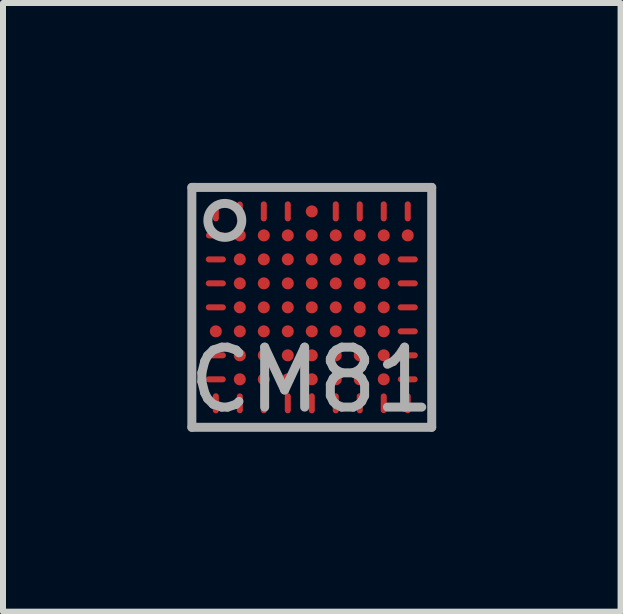
<source format=kicad_pcb>
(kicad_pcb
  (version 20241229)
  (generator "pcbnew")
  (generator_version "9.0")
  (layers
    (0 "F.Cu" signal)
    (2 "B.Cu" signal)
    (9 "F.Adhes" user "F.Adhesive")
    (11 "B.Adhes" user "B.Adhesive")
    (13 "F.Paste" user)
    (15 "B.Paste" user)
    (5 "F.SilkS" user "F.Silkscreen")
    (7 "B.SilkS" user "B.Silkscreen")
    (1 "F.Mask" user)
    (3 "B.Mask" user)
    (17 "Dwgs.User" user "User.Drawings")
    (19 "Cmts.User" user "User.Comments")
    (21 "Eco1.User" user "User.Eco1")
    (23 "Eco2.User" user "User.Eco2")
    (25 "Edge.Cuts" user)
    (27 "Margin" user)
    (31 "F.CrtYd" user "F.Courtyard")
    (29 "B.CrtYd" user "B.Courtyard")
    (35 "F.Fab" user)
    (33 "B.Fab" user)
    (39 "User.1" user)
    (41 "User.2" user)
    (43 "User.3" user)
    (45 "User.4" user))
  (footprint "CM81"
    (layer "F.Cu")
    (at 2.149 2.075)
    (property "Reference" "CM81" (at 0 1.209 0) (layer "F.Fab") (effects (font (size 1 1) (thickness 0.15))))
    (attr smd)
    (fp_line (start -2 -2) (end -1.95 -2) (stroke (width 0.15) (type solid)) (layer "F.Fab"))
    (fp_line (start -2 2) (end -2 -2) (stroke (width 0.15) (type solid)) (layer "F.Fab"))
    (fp_line (start -1.975 -2) (end 2 -2) (stroke (width 0.15) (type solid)) (layer "F.Fab"))
    (fp_line (start 2 -2) (end 2 2) (stroke (width 0.15) (type solid)) (layer "F.Fab"))
    (fp_line (start 2 2) (end -2 2) (stroke (width 0.15) (type solid)) (layer "F.Fab"))
    (fp_circle (center -1.45 -1.45) (end -1.25 -1.25) (stroke (width 0.15) (type solid)) (fill no) (layer "F.Fab"))
    (pad "A1" smd oval (at -1.6 -1.6) (size 0.1 0.335) (layers "F.Cu" "F.Mask" "F.Paste"))
    (pad "A2" smd oval (at -1.2 -1.6) (size 0.1 0.33) (layers "F.Cu" "F.Mask" "F.Paste"))
    (pad "A3" smd oval (at -0.8 -1.6) (size 0.1 0.335) (layers "F.Cu" "F.Mask" "F.Paste"))
    (pad "A4" smd oval (at -0.4 -1.6) (size 0.1 0.335) (layers "F.Cu" "F.Mask" "F.Paste"))
    (pad "A5" smd circle (at 0 -1.6) (size 0.2 0.2) (layers "F.Cu" "F.Mask" "F.Paste"))
    (pad "A6" smd oval (at 0.4 -1.6) (size 0.1 0.335) (layers "F.Cu" "F.Mask" "F.Paste"))
    (pad "A7" smd oval (at 0.8 -1.6) (size 0.1 0.335) (layers "F.Cu" "F.Mask" "F.Paste"))
    (pad "A8" smd oval (at 1.2 -1.6) (size 0.1 0.335) (layers "F.Cu" "F.Mask" "F.Paste"))
    (pad "A9" smd oval (at 1.6 -1.6) (size 0.1 0.335) (layers "F.Cu" "F.Mask" "F.Paste"))
    (pad "B1" smd oval (at -1.6 -1.2) (size 0.33 0.1) (layers "F.Cu" "F.Mask" "F.Paste"))
    (pad "B2" smd circle (at -1.2 -1.2) (size 0.2 0.2) (layers "F.Cu" "F.Mask" "F.Paste"))
    (pad "B3" smd circle (at -0.8 -1.2) (size 0.2 0.2) (layers "F.Cu" "F.Mask" "F.Paste"))
    (pad "B4" smd circle (at -0.4 -1.2) (size 0.2 0.2) (layers "F.Cu" "F.Mask" "F.Paste"))
    (pad "B5" smd circle (at 0 -1.2) (size 0.2 0.2) (layers "F.Cu" "F.Mask" "F.Paste"))
    (pad "B6" smd circle (at 0.4 -1.2) (size 0.2 0.2) (layers "F.Cu" "F.Mask" "F.Paste"))
    (pad "B7" smd circle (at 0.8 -1.2) (size 0.2 0.2) (layers "F.Cu" "F.Mask" "F.Paste"))
    (pad "B8" smd circle (at 1.2 -1.2) (size 0.2 0.2) (layers "F.Cu" "F.Mask" "F.Paste"))
    (pad "B9" smd circle (at 1.6 -1.2) (size 0.2 0.2) (layers "F.Cu" "F.Mask" "F.Paste"))
    (pad "C1" smd oval (at -1.6 -0.8) (size 0.335 0.1) (layers "F.Cu" "F.Mask" "F.Paste"))
    (pad "C2" smd circle (at -1.2 -0.8) (size 0.2 0.2) (layers "F.Cu" "F.Mask" "F.Paste"))
    (pad "C3" smd circle (at -0.8 -0.8) (size 0.2 0.2) (layers "F.Cu" "F.Mask" "F.Paste"))
    (pad "C4" smd circle (at -0.4 -0.8) (size 0.2 0.2) (layers "F.Cu" "F.Mask" "F.Paste"))
    (pad "C5" smd circle (at 0 -0.8) (size 0.2 0.2) (layers "F.Cu" "F.Mask" "F.Paste"))
    (pad "C6" smd circle (at 0.4 -0.8) (size 0.2 0.2) (layers "F.Cu" "F.Mask" "F.Paste"))
    (pad "C7" smd circle (at 0.8 -0.8) (size 0.2 0.2) (layers "F.Cu" "F.Mask" "F.Paste"))
    (pad "C8" smd circle (at 1.2 -0.8) (size 0.2 0.2) (layers "F.Cu" "F.Mask" "F.Paste"))
    (pad "C9" smd oval (at 1.6 -0.8) (size 0.335 0.1) (layers "F.Cu" "F.Mask" "F.Paste"))
    (pad "D1" smd oval (at -1.6 -0.4) (size 0.335 0.1) (layers "F.Cu" "F.Mask" "F.Paste"))
    (pad "D2" smd circle (at -1.2 -0.4) (size 0.2 0.2) (layers "F.Cu" "F.Mask" "F.Paste"))
    (pad "D3" smd circle (at -0.8 -0.4) (size 0.2 0.2) (layers "F.Cu" "F.Mask" "F.Paste"))
    (pad "D4" smd circle (at -0.4 -0.4) (size 0.2 0.2) (layers "F.Cu" "F.Mask" "F.Paste"))
    (pad "D5" smd circle (at 0 -0.4) (size 0.2 0.2) (layers "F.Cu" "F.Mask" "F.Paste"))
    (pad "D6" smd circle (at 0.4 -0.4) (size 0.2 0.2) (layers "F.Cu" "F.Mask" "F.Paste"))
    (pad "D7" smd circle (at 0.8 -0.4) (size 0.2 0.2) (layers "F.Cu" "F.Mask" "F.Paste"))
    (pad "D8" smd circle (at 1.2 -0.4) (size 0.2 0.2) (layers "F.Cu" "F.Mask" "F.Paste"))
    (pad "D9" smd oval (at 1.6 -0.4) (size 0.335 0.1) (layers "F.Cu" "F.Mask" "F.Paste"))
    (pad "E1" smd oval (at -1.6 0) (size 0.335 0.1) (layers "F.Cu" "F.Mask" "F.Paste"))
    (pad "E2" smd circle (at -1.2 0) (size 0.2 0.2) (layers "F.Cu" "F.Mask" "F.Paste"))
    (pad "E3" smd circle (at -0.8 0) (size 0.2 0.2) (layers "F.Cu" "F.Mask" "F.Paste"))
    (pad "E4" smd circle (at -0.4 0) (size 0.2 0.2) (layers "F.Cu" "F.Mask" "F.Paste"))
    (pad "E5" smd circle (at 0 0) (size 0.2 0.2) (layers "F.Cu" "F.Mask" "F.Paste"))
    (pad "E6" smd circle (at 0.4 0) (size 0.2 0.2) (layers "F.Cu" "F.Mask" "F.Paste"))
    (pad "E7" smd circle (at 0.8 0) (size 0.2 0.2) (layers "F.Cu" "F.Mask" "F.Paste"))
    (pad "E8" smd circle (at 1.2 0) (size 0.2 0.2) (layers "F.Cu" "F.Mask" "F.Paste"))
    (pad "E9" smd oval (at 1.6 0) (size 0.335 0.1) (layers "F.Cu" "F.Mask" "F.Paste"))
    (pad "F1" smd circle (at -1.6 0.4) (size 0.2 0.2) (layers "F.Cu" "F.Mask" "F.Paste"))
    (pad "F2" smd circle (at -1.2 0.4) (size 0.2 0.2) (layers "F.Cu" "F.Mask" "F.Paste"))
    (pad "F3" smd circle (at -0.8 0.4) (size 0.2 0.2) (layers "F.Cu" "F.Mask" "F.Paste"))
    (pad "F4" smd circle (at -0.4 0.4) (size 0.2 0.2) (layers "F.Cu" "F.Mask" "F.Paste"))
    (pad "F5" smd circle (at 0 0.4) (size 0.2 0.2) (layers "F.Cu" "F.Mask" "F.Paste"))
    (pad "F6" smd circle (at 0.4 0.4) (size 0.2 0.2) (layers "F.Cu" "F.Mask" "F.Paste"))
    (pad "F7" smd circle (at 0.8 0.4) (size 0.2 0.2) (layers "F.Cu" "F.Mask" "F.Paste"))
    (pad "F8" smd circle (at 1.2 0.4) (size 0.2 0.2) (layers "F.Cu" "F.Mask" "F.Paste"))
    (pad "F9" smd oval (at 1.6 0.4) (size 0.335 0.1) (layers "F.Cu" "F.Mask" "F.Paste"))
    (pad "G1" smd oval (at -1.6 0.8) (size 0.335 0.1) (layers "F.Cu" "F.Mask" "F.Paste"))
    (pad "G2" smd circle (at -1.2 0.8) (size 0.2 0.2) (layers "F.Cu" "F.Mask" "F.Paste"))
    (pad "G3" smd circle (at -0.8 0.8) (size 0.2 0.2) (layers "F.Cu" "F.Mask" "F.Paste"))
    (pad "G4" smd circle (at -0.4 0.8) (size 0.2 0.2) (layers "F.Cu" "F.Mask" "F.Paste"))
    (pad "G5" smd circle (at 0 0.8) (size 0.2 0.2) (layers "F.Cu" "F.Mask" "F.Paste"))
    (pad "G6" smd circle (at 0.4 0.8) (size 0.2 0.2) (layers "F.Cu" "F.Mask" "F.Paste"))
    (pad "G7" smd circle (at 0.8 0.8) (size 0.2 0.2) (layers "F.Cu" "F.Mask" "F.Paste"))
    (pad "G8" smd circle (at 1.2 0.8) (size 0.2 0.2) (layers "F.Cu" "F.Mask" "F.Paste"))
    (pad "G9" smd oval (at 1.6 0.8) (size 0.335 0.1) (layers "F.Cu" "F.Mask" "F.Paste"))
    (pad "H1" smd oval (at -1.6 1.2) (size 0.33 0.1) (layers "F.Cu" "F.Mask" "F.Paste"))
    (pad "H2" smd circle (at -1.2 1.2) (size 0.2 0.2) (layers "F.Cu" "F.Mask" "F.Paste"))
    (pad "H3" smd circle (at -0.8 1.2) (size 0.2 0.2) (layers "F.Cu" "F.Mask" "F.Paste"))
    (pad "H4" smd circle (at -0.4 1.2) (size 0.2 0.2) (layers "F.Cu" "F.Mask" "F.Paste"))
    (pad "H5" smd circle (at 0 1.2) (size 0.2 0.2) (layers "F.Cu" "F.Mask" "F.Paste"))
    (pad "H6" smd circle (at 0.4 1.2) (size 0.2 0.2) (layers "F.Cu" "F.Mask" "F.Paste"))
    (pad "H7" smd circle (at 0.8 1.2) (size 0.2 0.2) (layers "F.Cu" "F.Mask" "F.Paste"))
    (pad "H8" smd circle (at 1.2 1.2) (size 0.2 0.2) (layers "F.Cu" "F.Mask" "F.Paste"))
    (pad "H9" smd oval (at 1.6 1.2) (size 0.33 0.1) (layers "F.Cu" "F.Mask" "F.Paste"))
    (pad "J1" smd oval (at -1.6 1.6) (size 0.1 0.335) (layers "F.Cu" "F.Mask" "F.Paste"))
    (pad "J2" smd oval (at -1.2 1.6) (size 0.1 0.33) (layers "F.Cu" "F.Mask" "F.Paste"))
    (pad "J3" smd oval (at -0.8 1.6) (size 0.1 0.335) (layers "F.Cu" "F.Mask" "F.Paste"))
    (pad "J4" smd oval (at -0.4 1.6) (size 0.1 0.335) (layers "F.Cu" "F.Mask" "F.Paste"))
    (pad "J5" smd oval (at 0 1.6) (size 0.1 0.335) (layers "F.Cu" "F.Mask" "F.Paste"))
    (pad "J6" smd oval (at 0.4 1.6) (size 0.1 0.335) (layers "F.Cu" "F.Mask" "F.Paste"))
    (pad "J7" smd oval (at 0.8 1.6) (size 0.1 0.335) (layers "F.Cu" "F.Mask" "F.Paste"))
    (pad "J8" smd oval (at 1.2 1.6) (size 0.1 0.33) (layers "F.Cu" "F.Mask" "F.Paste"))
    (pad "J9" smd oval (at 1.6 1.6) (size 0.1 0.335) (layers "F.Cu" "F.Mask" "F.Paste")))
  (gr_rect
    (start -3 -3)
    (end 7.298 7.15)
    (stroke (width 0.1) (type default))
    (fill no)
    (layer "Edge.Cuts")))
</source>
